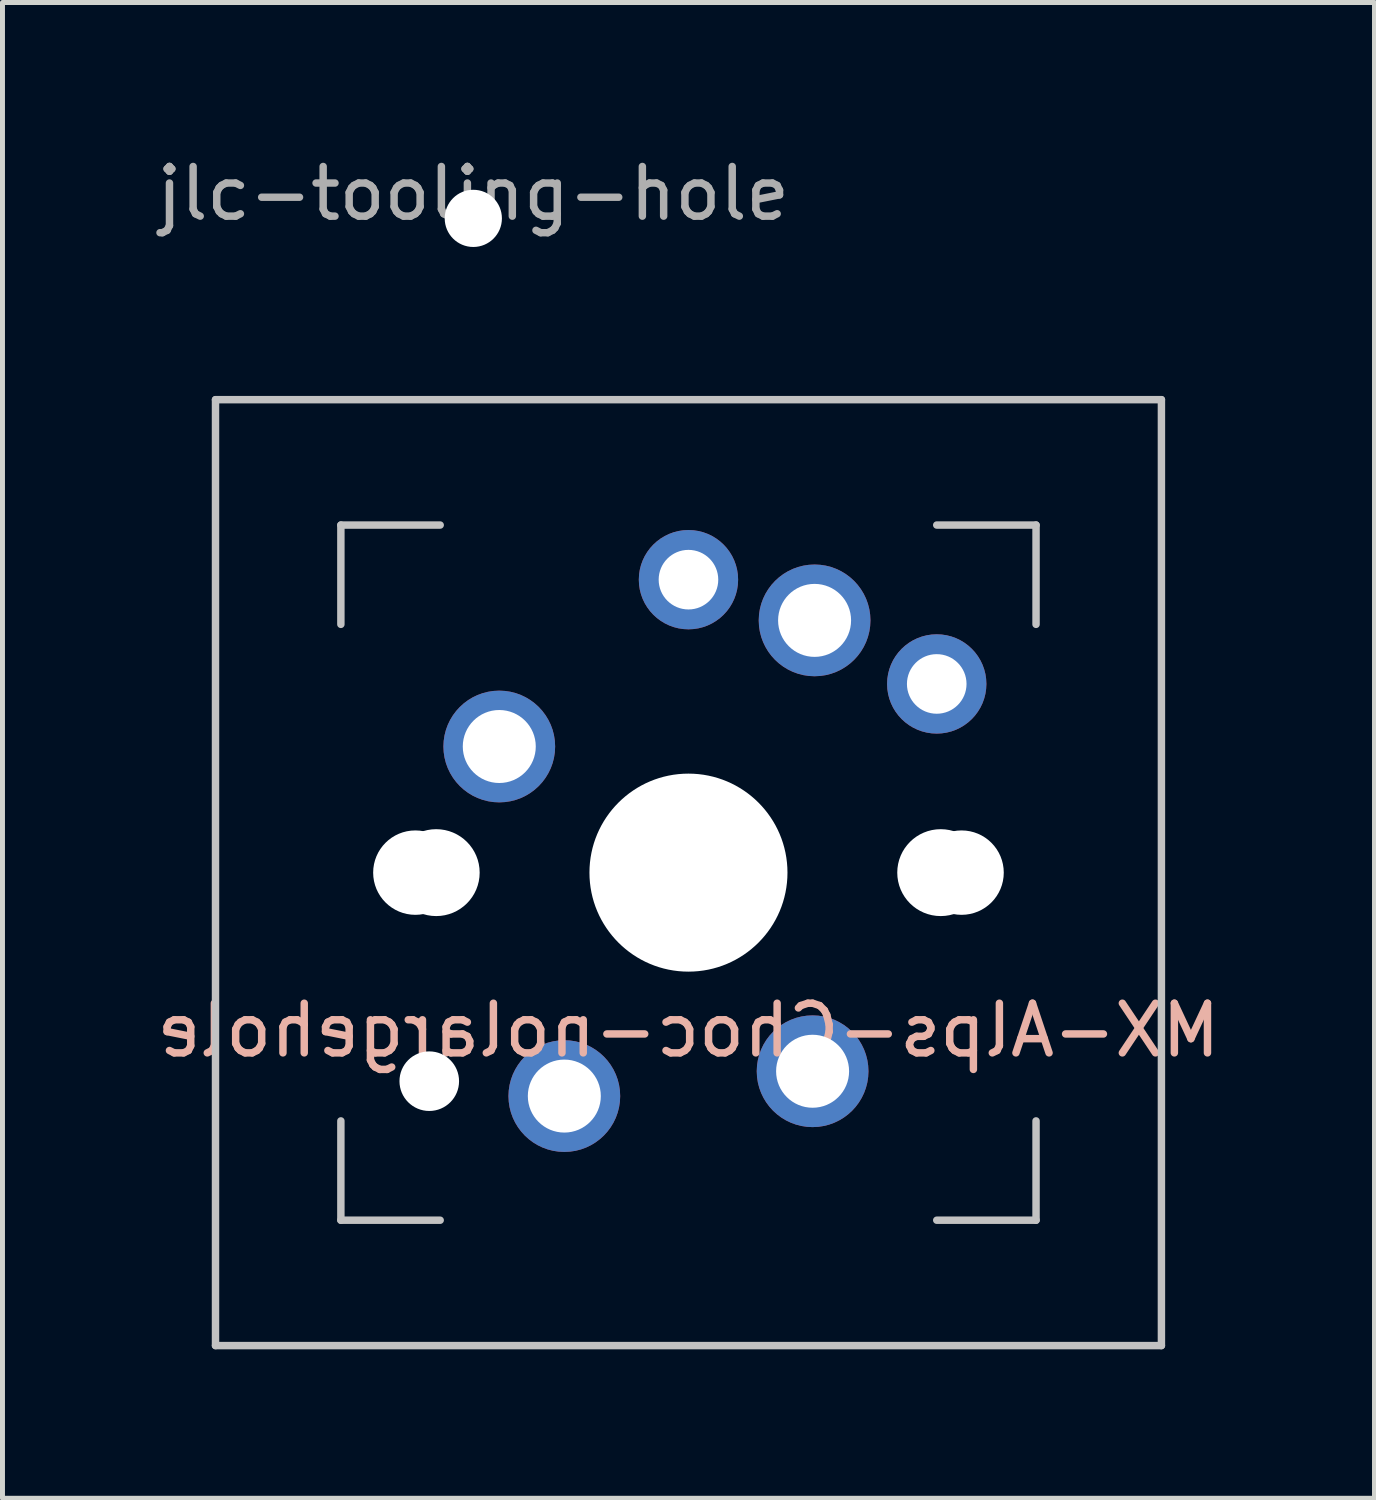
<source format=kicad_pcb>
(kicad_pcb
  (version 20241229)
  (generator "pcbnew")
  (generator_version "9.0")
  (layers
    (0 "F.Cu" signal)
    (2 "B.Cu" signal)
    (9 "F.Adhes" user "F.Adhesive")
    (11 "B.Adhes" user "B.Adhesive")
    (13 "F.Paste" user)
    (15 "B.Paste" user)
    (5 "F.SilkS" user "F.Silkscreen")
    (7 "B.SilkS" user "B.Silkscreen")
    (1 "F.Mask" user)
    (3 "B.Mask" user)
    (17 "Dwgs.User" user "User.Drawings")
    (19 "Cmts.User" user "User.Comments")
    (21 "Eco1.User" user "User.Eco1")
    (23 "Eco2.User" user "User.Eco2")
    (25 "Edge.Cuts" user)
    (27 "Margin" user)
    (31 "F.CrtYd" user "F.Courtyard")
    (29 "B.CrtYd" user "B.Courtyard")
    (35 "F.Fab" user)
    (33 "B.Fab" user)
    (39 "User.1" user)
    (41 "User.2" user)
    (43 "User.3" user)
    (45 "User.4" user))
  (footprint "jlc-tooling-hole"
    (layer "F.Cu")
    (at 6.482 1.348)
    (property "Reference" "jlc-tooling-hole" (at 0 -0.5 0) (unlocked yes) (layer "F.Fab") (effects (font (size 1 1) (thickness 0.15))))
    (pad "" np_thru_hole circle (at 0 0) (size 1.152 1.152) (drill 1.152) (layers "*.Cu" "*.Mask")))
  (footprint "MX-Alps-Choc-nolargehole"
    (layer "F.Cu")
    (at 10.815 14.524)
    (property "Reference" "MX-Alps-Choc-nolargehole" (at 0 3.175 0) (layer "B.SilkS") (effects (font (size 1 1) (thickness 0.15)) (justify mirror)))
    (attr through_hole)
    (fp_line (start -9.525 -9.525) (end 9.525 -9.525) (stroke (width 0.15) (type solid)) (layer "Dwgs.User"))
    (fp_line (start -9.525 9.525) (end -9.525 -9.525) (stroke (width 0.15) (type solid)) (layer "Dwgs.User"))
    (fp_line (start -7 -7) (end -7 -5) (stroke (width 0.15) (type solid)) (layer "Dwgs.User"))
    (fp_line (start -7 5) (end -7 7) (stroke (width 0.15) (type solid)) (layer "Dwgs.User"))
    (fp_line (start -7 7) (end -5 7) (stroke (width 0.15) (type solid)) (layer "Dwgs.User"))
    (fp_line (start -5 -7) (end -7 -7) (stroke (width 0.15) (type solid)) (layer "Dwgs.User"))
    (fp_line (start 5 -7) (end 7 -7) (stroke (width 0.15) (type solid)) (layer "Dwgs.User"))
    (fp_line (start 5 7) (end 7 7) (stroke (width 0.15) (type solid)) (layer "Dwgs.User"))
    (fp_line (start 7 -7) (end 7 -5) (stroke (width 0.15) (type solid)) (layer "Dwgs.User"))
    (fp_line (start 7 7) (end 7 5) (stroke (width 0.15) (type solid)) (layer "Dwgs.User"))
    (fp_line (start 9.525 -9.525) (end 9.525 9.525) (stroke (width 0.15) (type solid)) (layer "Dwgs.User"))
    (fp_line (start 9.525 9.525) (end -9.525 9.525) (stroke (width 0.15) (type solid)) (layer "Dwgs.User"))
    (pad "" np_thru_hole circle (at -5.5 0 48.1) (size 1.7 1.7) (drill 1.7) (layers "*.Cu" "*.Mask"))
    (pad "" np_thru_hole circle (at -5.22 4.2 48.1) (size 1.2 1.2) (drill 1.2) (layers "*.Cu" "*.Mask"))
    (pad "" np_thru_hole circle (at -5.08 0 48.1) (size 1.75 1.75) (drill 1.75) (layers "*.Cu" "*.Mask"))
    (pad "" np_thru_hole circle (at 0 0) (size 3.988 3.988) (drill 3.988) (layers "*.Cu" "*.Mask"))
    (pad "" np_thru_hole circle (at 5.08 0 48.1) (size 1.75 1.75) (drill 1.75) (layers "*.Cu" "*.Mask"))
    (pad "" np_thru_hole circle (at 5.5 0 48.1) (size 1.7 1.7) (drill 1.7) (layers "*.Cu" "*.Mask"))
    (pad "1" thru_hole circle (at -2.5 4.5 180) (size 2.25 2.25) (drill 1.47) (layers "*.Cu" "*.Mask"))
    (pad "1" thru_hole circle (at 2.54 -5.08) (size 2.25 2.25) (drill 1.47) (layers "*.Cu" "*.Mask"))
    (pad "1" thru_hole circle (at 5 -3.8) (size 2 2) (drill 1.2) (layers "*.Cu" "*.Mask"))
    (pad "2" thru_hole circle (at -3.81 -2.54) (size 2.25 2.25) (drill 1.47) (layers "*.Cu" "*.Mask"))
    (pad "2" thru_hole circle (at 0 -5.9) (size 2 2) (drill 1.2) (layers "*.Cu" "*.Mask"))
    (pad "2" thru_hole circle (at 2.5 4 180) (size 2.25 2.25) (drill 1.47) (layers "*.Cu" "*.Mask")))
  (gr_rect
    (start -3 -3)
    (end 24.631 27.124)
    (stroke (width 0.1) (type default))
    (fill no)
    (layer "Edge.Cuts")))
</source>
